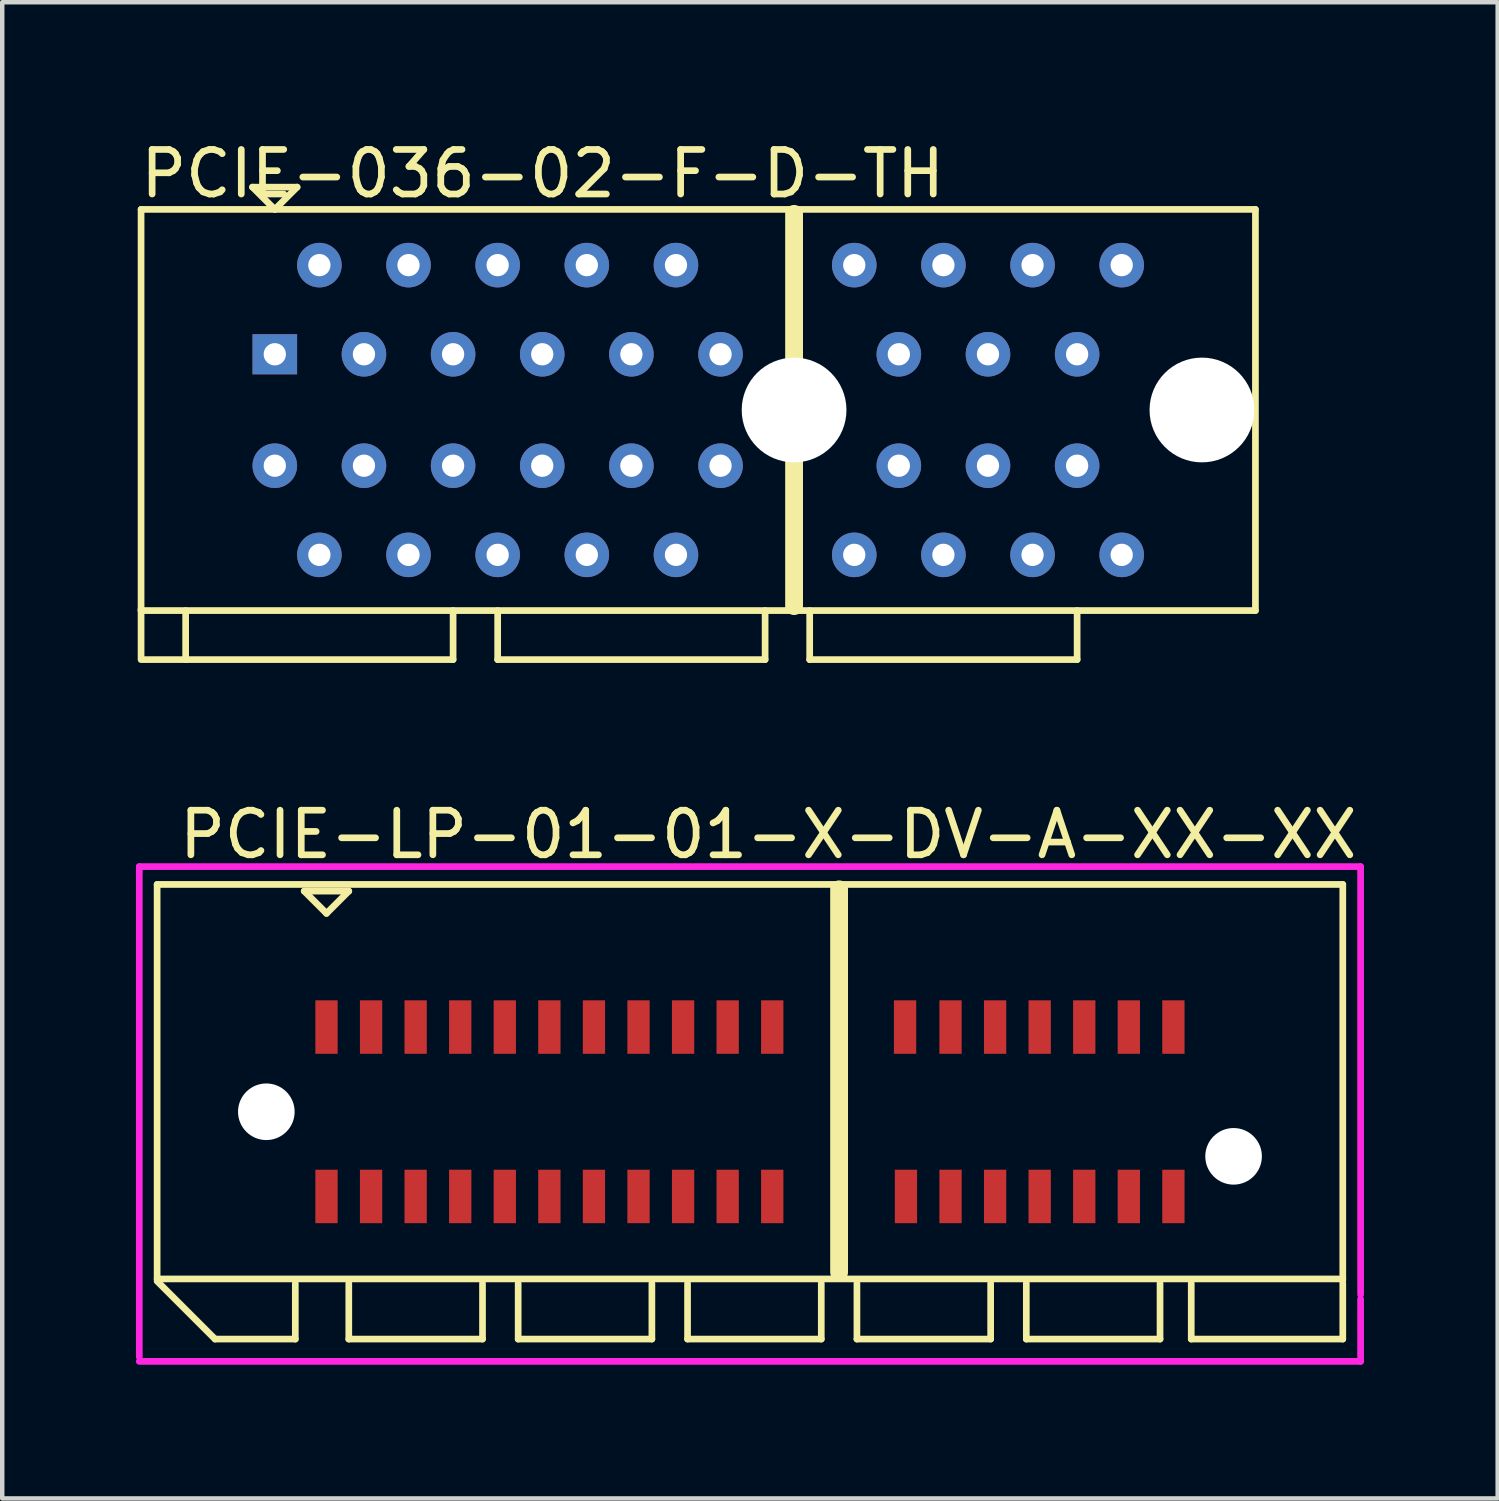
<source format=kicad_pcb>
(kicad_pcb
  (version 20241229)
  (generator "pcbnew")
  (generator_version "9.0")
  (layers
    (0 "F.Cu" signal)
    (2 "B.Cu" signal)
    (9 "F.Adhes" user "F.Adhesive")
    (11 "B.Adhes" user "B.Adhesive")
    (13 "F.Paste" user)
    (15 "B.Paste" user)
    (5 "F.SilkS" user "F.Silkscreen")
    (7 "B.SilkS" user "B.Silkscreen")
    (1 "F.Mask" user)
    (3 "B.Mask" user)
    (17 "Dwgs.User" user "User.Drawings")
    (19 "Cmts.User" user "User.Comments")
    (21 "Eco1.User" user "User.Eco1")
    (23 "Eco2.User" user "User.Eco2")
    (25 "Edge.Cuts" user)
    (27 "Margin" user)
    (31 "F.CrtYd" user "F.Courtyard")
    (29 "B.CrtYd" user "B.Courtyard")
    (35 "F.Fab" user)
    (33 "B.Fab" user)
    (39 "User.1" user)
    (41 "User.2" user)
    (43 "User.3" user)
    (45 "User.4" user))
  (footprint "PCIE-036-02-F-D-TH"
    (layer "F.Cu")
    (at 3.115 4.898)
    (property "Reference" "PCIE-036-02-F-D-TH" (at 6.01 -4.05 0) (layer "F.SilkS") (effects (font (size 1 1) (thickness 0.15))))
    (attr through_hole)
    (fp_line (start -3 -3.25) (end -3 5.75) (stroke (width 0.15) (type solid)) (layer "F.SilkS"))
    (fp_line (start -3 -3.25) (end 22 -3.25) (stroke (width 0.15) (type solid)) (layer "F.SilkS"))
    (fp_line (start -3 6.82) (end -3 5.71) (stroke (width 0.15) (type solid)) (layer "F.SilkS"))
    (fp_line (start -2 5.75) (end -2 6.85) (stroke (width 0.15) (type solid)) (layer "F.SilkS"))
    (fp_line (start -2 6.85) (end 4 6.85) (stroke (width 0.15) (type solid)) (layer "F.SilkS"))
    (fp_line (start -1.98 6.85) (end -3 6.85) (stroke (width 0.15) (type solid)) (layer "F.SilkS"))
    (fp_line (start -0.5 -3.75) (end 0 -3.25) (stroke (width 0.15) (type solid)) (layer "F.SilkS"))
    (fp_line (start 0 -3.25) (end 0.5 -3.75) (stroke (width 0.15) (type solid)) (layer "F.SilkS"))
    (fp_line (start 0.5 -3.75) (end -0.5 -3.75) (stroke (width 0.15) (type solid)) (layer "F.SilkS"))
    (fp_line (start 4 6.85) (end 4 5.75) (stroke (width 0.15) (type solid)) (layer "F.SilkS"))
    (fp_line (start 5 5.75) (end 5 6.85) (stroke (width 0.15) (type solid)) (layer "F.SilkS"))
    (fp_line (start 5 6.85) (end 11 6.85) (stroke (width 0.15) (type solid)) (layer "F.SilkS"))
    (fp_line (start 11 6.85) (end 11 5.75) (stroke (width 0.15) (type solid)) (layer "F.SilkS"))
    (fp_line (start 11.65 -3.15) (end 11.65 5.65) (stroke (width 0.4) (type solid)) (layer "F.SilkS"))
    (fp_line (start 12 6.85) (end 12 5.75) (stroke (width 0.15) (type solid)) (layer "F.SilkS"))
    (fp_line (start 12 6.85) (end 18 6.85) (stroke (width 0.15) (type solid)) (layer "F.SilkS"))
    (fp_line (start 18 6.85) (end 18 5.75) (stroke (width 0.15) (type solid)) (layer "F.SilkS"))
    (fp_line (start 22 -3.25) (end 22 5.75) (stroke (width 0.15) (type solid)) (layer "F.SilkS"))
    (fp_line (start 22 5.75) (end -3 5.75) (stroke (width 0.15) (type solid)) (layer "F.SilkS"))
    (pad "" np_thru_hole circle (at 11.65 1.25) (size 2.35 2.35) (drill 2.35) (layers "*.Cu" "*.Mask"))
    (pad "" np_thru_hole circle (at 20.8 1.25) (size 2.35 2.35) (drill 2.35) (layers "*.Cu" "*.Mask"))
    (pad "A1" thru_hole rect (at 0 0) (size 1 0.9) (drill 0.5) (layers "*.Cu" "*.Mask"))
    (pad "A2" thru_hole circle (at 1 -2) (size 1 1) (drill 0.5) (layers "*.Cu" "*.Mask"))
    (pad "A3" thru_hole circle (at 2 0) (size 1 1) (drill 0.5) (layers "*.Cu" "*.Mask"))
    (pad "A4" thru_hole circle (at 3 -2) (size 1 1) (drill 0.5) (layers "*.Cu" "*.Mask"))
    (pad "A5" thru_hole circle (at 4 0) (size 1 1) (drill 0.5) (layers "*.Cu" "*.Mask"))
    (pad "A6" thru_hole circle (at 5 -2) (size 1 1) (drill 0.5) (layers "*.Cu" "*.Mask"))
    (pad "A7" thru_hole circle (at 6 0) (size 1 1) (drill 0.5) (layers "*.Cu" "*.Mask"))
    (pad "A8" thru_hole circle (at 7 -2) (size 1 1) (drill 0.5) (layers "*.Cu" "*.Mask"))
    (pad "A9" thru_hole circle (at 8 0) (size 1 1) (drill 0.5) (layers "*.Cu" "*.Mask"))
    (pad "A10" thru_hole circle (at 9 -2) (size 1 1) (drill 0.5) (layers "*.Cu" "*.Mask"))
    (pad "A11" thru_hole circle (at 10 0) (size 1 1) (drill 0.5) (layers "*.Cu" "*.Mask"))
    (pad "A12" thru_hole circle (at 13 -2) (size 1 1) (drill 0.5) (layers "*.Cu" "*.Mask"))
    (pad "A13" thru_hole circle (at 14 0) (size 1 1) (drill 0.5) (layers "*.Cu" "*.Mask"))
    (pad "A14" thru_hole circle (at 15 -2) (size 1 1) (drill 0.5) (layers "*.Cu" "*.Mask"))
    (pad "A15" thru_hole circle (at 16 0) (size 1 1) (drill 0.5) (layers "*.Cu" "*.Mask"))
    (pad "A16" thru_hole circle (at 17 -2) (size 1 1) (drill 0.5) (layers "*.Cu" "*.Mask"))
    (pad "A17" thru_hole circle (at 18 0) (size 1 1) (drill 0.5) (layers "*.Cu" "*.Mask"))
    (pad "A18" thru_hole circle (at 19 -2) (size 1 1) (drill 0.5) (layers "*.Cu" "*.Mask"))
    (pad "B1" thru_hole circle (at 0 2.5) (size 1 1) (drill 0.5) (layers "*.Cu" "*.Mask"))
    (pad "B2" thru_hole circle (at 1 4.5) (size 1 1) (drill 0.5) (layers "*.Cu" "*.Mask"))
    (pad "B3" thru_hole circle (at 2 2.5) (size 1 1) (drill 0.5) (layers "*.Cu" "*.Mask"))
    (pad "B4" thru_hole circle (at 3 4.5) (size 1 1) (drill 0.5) (layers "*.Cu" "*.Mask"))
    (pad "B5" thru_hole circle (at 4 2.5) (size 1 1) (drill 0.5) (layers "*.Cu" "*.Mask"))
    (pad "B6" thru_hole circle (at 5 4.5) (size 1 1) (drill 0.5) (layers "*.Cu" "*.Mask"))
    (pad "B7" thru_hole circle (at 6 2.5) (size 1 1) (drill 0.5) (layers "*.Cu" "*.Mask"))
    (pad "B8" thru_hole circle (at 7 4.5) (size 1 1) (drill 0.5) (layers "*.Cu" "*.Mask"))
    (pad "B9" thru_hole circle (at 8 2.5) (size 1 1) (drill 0.5) (layers "*.Cu" "*.Mask"))
    (pad "B10" thru_hole circle (at 9 4.5) (size 1 1) (drill 0.5) (layers "*.Cu" "*.Mask"))
    (pad "B11" thru_hole circle (at 10 2.5) (size 1 1) (drill 0.5) (layers "*.Cu" "*.Mask"))
    (pad "B12" thru_hole circle (at 13 4.5) (size 1 1) (drill 0.5) (layers "*.Cu" "*.Mask"))
    (pad "B13" thru_hole circle (at 14 2.5) (size 1 1) (drill 0.5) (layers "*.Cu" "*.Mask"))
    (pad "B14" thru_hole circle (at 15 4.5) (size 1 1) (drill 0.5) (layers "*.Cu" "*.Mask"))
    (pad "B15" thru_hole circle (at 16 2.5) (size 1 1) (drill 0.5) (layers "*.Cu" "*.Mask"))
    (pad "B16" thru_hole circle (at 17 4.5) (size 1 1) (drill 0.5) (layers "*.Cu" "*.Mask"))
    (pad "B17" thru_hole circle (at 18 2.5) (size 1 1) (drill 0.5) (layers "*.Cu" "*.Mask"))
    (pad "B18" thru_hole circle (at 19 4.5) (size 1 1) (drill 0.5) (layers "*.Cu" "*.Mask")))
  (footprint "PCIE-LP-01-01-X-DV-A-XX-XX"
    (layer "F.Cu")
    (at 4.275 21.892)
    (property "Reference" "PCIE-LP-01-01-X-DV-A-XX-XX" (at 9.91 -6.22 0) (layer "F.SilkS") (effects (font (size 1 1) (thickness 0.15))))
    (attr through_hole)
    (fp_line (start -3.8 -5.1) (end -3.8 3.75) (stroke (width 0.15) (type solid)) (layer "F.SilkS"))
    (fp_line (start -3.8 -5.1) (end 22.8 -5.1) (stroke (width 0.15) (type solid)) (layer "F.SilkS"))
    (fp_line (start -2.5 5.1) (end -3.8 3.8) (stroke (width 0.15) (type solid)) (layer "F.SilkS"))
    (fp_line (start -2.5 5.1) (end -0.7 5.1) (stroke (width 0.15) (type solid)) (layer "F.SilkS"))
    (fp_line (start -0.7 3.85) (end -0.7 5.1) (stroke (width 0.15) (type solid)) (layer "F.SilkS"))
    (fp_line (start -0.5 -4.95) (end 0 -4.45) (stroke (width 0.15) (type solid)) (layer "F.SilkS"))
    (fp_line (start 0 -4.45) (end 0.5 -4.95) (stroke (width 0.15) (type solid)) (layer "F.SilkS"))
    (fp_line (start 0.5 -4.95) (end -0.5 -4.95) (stroke (width 0.15) (type solid)) (layer "F.SilkS"))
    (fp_line (start 0.5 3.85) (end 0.5 5.1) (stroke (width 0.15) (type solid)) (layer "F.SilkS"))
    (fp_line (start 0.5 5.1) (end 3.5 5.1) (stroke (width 0.15) (type solid)) (layer "F.SilkS"))
    (fp_line (start 3.5 3.85) (end 3.5 5.1) (stroke (width 0.15) (type solid)) (layer "F.SilkS"))
    (fp_line (start 4.3 3.85) (end 4.3 5.1) (stroke (width 0.15) (type solid)) (layer "F.SilkS"))
    (fp_line (start 4.3 5.1) (end 7.3 5.1) (stroke (width 0.15) (type solid)) (layer "F.SilkS"))
    (fp_line (start 7.3 3.85) (end 7.3 5.1) (stroke (width 0.15) (type solid)) (layer "F.SilkS"))
    (fp_line (start 8.1 3.85) (end 8.1 5.1) (stroke (width 0.15) (type solid)) (layer "F.SilkS"))
    (fp_line (start 8.1 5.1) (end 11.1 5.1) (stroke (width 0.15) (type solid)) (layer "F.SilkS"))
    (fp_line (start 11.1 3.85) (end 11.1 5.1) (stroke (width 0.15) (type solid)) (layer "F.SilkS"))
    (fp_line (start 11.5 -4.99) (end 11.5 3.6) (stroke (width 0.4) (type solid)) (layer "F.SilkS"))
    (fp_line (start 11.9 3.85) (end 11.9 5.1) (stroke (width 0.15) (type solid)) (layer "F.SilkS"))
    (fp_line (start 11.9 5.1) (end 14.9 5.1) (stroke (width 0.15) (type solid)) (layer "F.SilkS"))
    (fp_line (start 14.9 3.85) (end 14.9 5.1) (stroke (width 0.15) (type solid)) (layer "F.SilkS"))
    (fp_line (start 15.7 3.85) (end 15.7 5.1) (stroke (width 0.15) (type solid)) (layer "F.SilkS"))
    (fp_line (start 15.7 5.1) (end 18.7 5.1) (stroke (width 0.15) (type solid)) (layer "F.SilkS"))
    (fp_line (start 18.7 3.85) (end 18.7 5.1) (stroke (width 0.15) (type solid)) (layer "F.SilkS"))
    (fp_line (start 19.4 3.85) (end 19.4 5.1) (stroke (width 0.15) (type solid)) (layer "F.SilkS"))
    (fp_line (start 19.4 5.1) (end 22.8 5.1) (stroke (width 0.15) (type solid)) (layer "F.SilkS"))
    (fp_line (start 22.8 -5.1) (end 22.8 3.8) (stroke (width 0.15) (type solid)) (layer "F.SilkS"))
    (fp_line (start 22.8 3.75) (end -3.8 3.75) (stroke (width 0.15) (type solid)) (layer "F.SilkS"))
    (fp_line (start 22.8 3.85) (end 22.8 5.1) (stroke (width 0.15) (type solid)) (layer "F.SilkS"))
    (fp_line (start -4.2 -5.5) (end 23.2 -5.5) (stroke (width 0.15) (type solid)) (layer "F.CrtYd"))
    (fp_line (start -4.2 5.5) (end -4.2 -5.5) (stroke (width 0.15) (type solid)) (layer "F.CrtYd"))
    (fp_line (start 23.2 -5.5) (end 23.2 4.1) (stroke (width 0.15) (type solid)) (layer "F.CrtYd"))
    (fp_line (start 23.2 4.2) (end 23.2 5.6) (stroke (width 0.15) (type solid)) (layer "F.CrtYd"))
    (fp_line (start 23.2 5.6) (end -4.2 5.6) (stroke (width 0.15) (type solid)) (layer "F.CrtYd"))
    (pad "" np_thru_hole circle (at -1.35 0) (size 1.27 1.27) (drill 1.27) (layers "*.Cu" "*.Mask"))
    (pad "" np_thru_hole circle (at 20.35 1) (size 1.27 1.27) (drill 1.27) (layers "*.Cu" "*.Mask"))
    (pad "A1" smd rect (at 0 -1.9) (size 0.5 1.2) (layers "F.Cu" "F.Mask" "F.Paste"))
    (pad "A2" smd rect (at 1 -1.9) (size 0.5 1.2) (layers "F.Cu" "F.Mask" "F.Paste"))
    (pad "A3" smd rect (at 2 -1.9) (size 0.5 1.2) (layers "F.Cu" "F.Mask" "F.Paste"))
    (pad "A4" smd rect (at 3 -1.9) (size 0.5 1.2) (layers "F.Cu" "F.Mask" "F.Paste"))
    (pad "A5" smd rect (at 4 -1.9) (size 0.5 1.2) (layers "F.Cu" "F.Mask" "F.Paste"))
    (pad "A6" smd rect (at 5 -1.9) (size 0.5 1.2) (layers "F.Cu" "F.Mask" "F.Paste"))
    (pad "A7" smd rect (at 6 -1.9) (size 0.5 1.2) (layers "F.Cu" "F.Mask" "F.Paste"))
    (pad "A8" smd rect (at 7 -1.9) (size 0.5 1.2) (layers "F.Cu" "F.Mask" "F.Paste"))
    (pad "A9" smd rect (at 8 -1.9) (size 0.5 1.2) (layers "F.Cu" "F.Mask" "F.Paste"))
    (pad "A10" smd rect (at 9 -1.9) (size 0.5 1.2) (layers "F.Cu" "F.Mask" "F.Paste"))
    (pad "A11" smd rect (at 10 -1.9) (size 0.5 1.2) (layers "F.Cu" "F.Mask" "F.Paste"))
    (pad "A12" smd rect (at 12.98 -1.9) (size 0.5 1.2) (layers "F.Cu" "F.Mask" "F.Paste"))
    (pad "A13" smd rect (at 14 -1.9) (size 0.5 1.2) (layers "F.Cu" "F.Mask" "F.Paste"))
    (pad "A14" smd rect (at 15 -1.9) (size 0.5 1.2) (layers "F.Cu" "F.Mask" "F.Paste"))
    (pad "A15" smd rect (at 16 -1.9) (size 0.5 1.2) (layers "F.Cu" "F.Mask" "F.Paste"))
    (pad "A16" smd rect (at 17 -1.9) (size 0.5 1.2) (layers "F.Cu" "F.Mask" "F.Paste"))
    (pad "A17" smd rect (at 18 -1.9) (size 0.5 1.2) (layers "F.Cu" "F.Mask" "F.Paste"))
    (pad "A18" smd rect (at 19 -1.9) (size 0.5 1.2) (layers "F.Cu" "F.Mask" "F.Paste"))
    (pad "B1" smd rect (at 0 1.9) (size 0.5 1.2) (layers "F.Cu" "F.Mask" "F.Paste"))
    (pad "B2" smd rect (at 1 1.9) (size 0.5 1.2) (layers "F.Cu" "F.Mask" "F.Paste"))
    (pad "B3" smd rect (at 2 1.9) (size 0.5 1.2) (layers "F.Cu" "F.Mask" "F.Paste"))
    (pad "B4" smd rect (at 3 1.9) (size 0.5 1.2) (layers "F.Cu" "F.Mask" "F.Paste"))
    (pad "B5" smd rect (at 4 1.9) (size 0.5 1.2) (layers "F.Cu" "F.Mask" "F.Paste"))
    (pad "B6" smd rect (at 5 1.9) (size 0.5 1.2) (layers "F.Cu" "F.Mask" "F.Paste"))
    (pad "B7" smd rect (at 6 1.9) (size 0.5 1.2) (layers "F.Cu" "F.Mask" "F.Paste"))
    (pad "B8" smd rect (at 7 1.9) (size 0.5 1.2) (layers "F.Cu" "F.Mask" "F.Paste"))
    (pad "B9" smd rect (at 8 1.9) (size 0.5 1.2) (layers "F.Cu" "F.Mask" "F.Paste"))
    (pad "B10" smd rect (at 9 1.9) (size 0.5 1.2) (layers "F.Cu" "F.Mask" "F.Paste"))
    (pad "B11" smd rect (at 10 1.9) (size 0.5 1.2) (layers "F.Cu" "F.Mask" "F.Paste"))
    (pad "B12" smd rect (at 13 1.9) (size 0.5 1.2) (layers "F.Cu" "F.Mask" "F.Paste"))
    (pad "B13" smd rect (at 14 1.9) (size 0.5 1.2) (layers "F.Cu" "F.Mask" "F.Paste"))
    (pad "B14" smd rect (at 15 1.9) (size 0.5 1.2) (layers "F.Cu" "F.Mask" "F.Paste"))
    (pad "B15" smd rect (at 16 1.9) (size 0.5 1.2) (layers "F.Cu" "F.Mask" "F.Paste"))
    (pad "B16" smd rect (at 17 1.9) (size 0.5 1.2) (layers "F.Cu" "F.Mask" "F.Paste"))
    (pad "B17" smd rect (at 18 1.9) (size 0.5 1.2) (layers "F.Cu" "F.Mask" "F.Paste"))
    (pad "B18" smd rect (at 19 1.9) (size 0.5 1.2) (layers "F.Cu" "F.Mask" "F.Paste")))
  (gr_rect
    (start -3 -3)
    (end 30.55 30.567)
    (stroke (width 0.1) (type default))
    (fill no)
    (layer "Edge.Cuts")))
</source>
